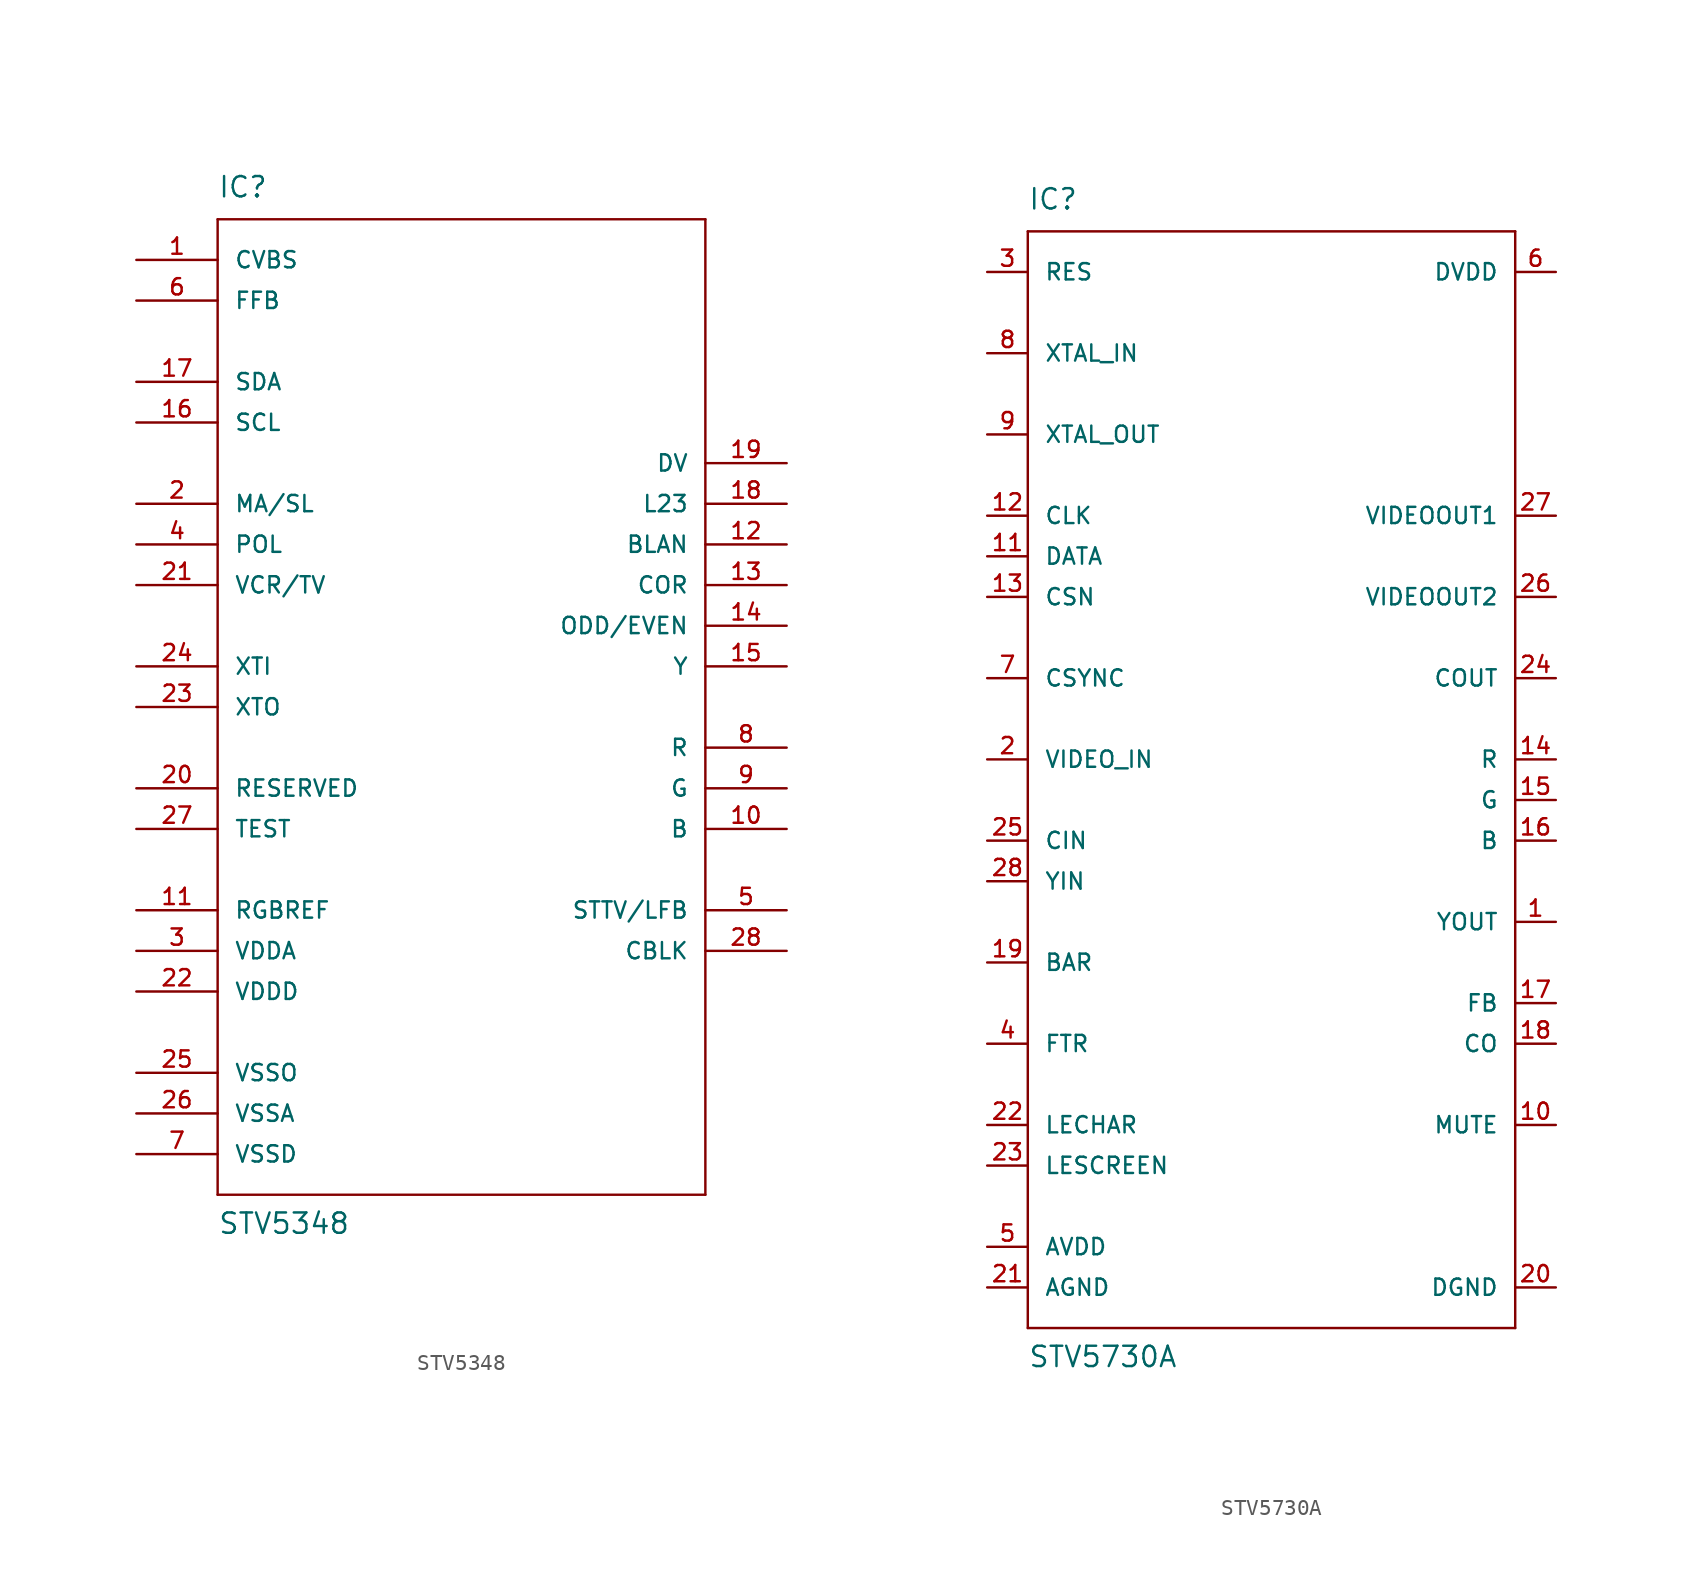
<source format=kicad_sym>
(kicad_symbol_lib
  (version 20211014)
  (generator kicad_symbol_editor)
  (symbol "STV5348"
    (pin_names
      (offset 1.016))
    (property "Reference" "IC"
      (at -15.24 31.75 0)
      (effects (font (size 1.27 1.27)) (justify left bottom)))
    (property "Value" "STV5348"
      (at -15.24 -33.02 0)
      (effects (font (size 1.27 1.27)) (justify left bottom)))
    (property "ki_locked" ""
      (at 0 0 0)
      (effects (font (size 1.27 1.27))))
    (symbol "STV5348_1_0"
      (polyline (pts (xy -15.24 -30.48) (xy -15.24 30.48)) (stroke (width 0) (type default) (color 0 0 0 0)) (fill (type none)))
      (polyline (pts (xy -15.24 30.48) (xy 15.24 30.48)) (stroke (width 0) (type default) (color 0 0 0 0)) (fill (type none)))
      (polyline (pts (xy 15.24 -30.48) (xy -15.24 -30.48)) (stroke (width 0) (type default) (color 0 0 0 0)) (fill (type none)))
      (polyline (pts (xy 15.24 30.48) (xy 15.24 -30.48)) (stroke (width 0) (type default) (color 0 0 0 0)) (fill (type none))))
    (symbol "STV5348_1_1"
      (pin input line (at -20.32 27.94 0) (length 5.08) (name "CVBS" (effects (font (size 1.016 1.016)))) (number "1" (effects (font (size 1.016 1.016)))))
      (pin output line (at 20.32 -7.62 180) (length 5.08) (name "B" (effects (font (size 1.016 1.016)))) (number "10" (effects (font (size 1.016 1.016)))))
      (pin power_in line (at -20.32 -12.7 0) (length 5.08) (name "RGBREF" (effects (font (size 1.016 1.016)))) (number "11" (effects (font (size 1.016 1.016)))))
      (pin output line (at 20.32 10.16 180) (length 5.08) (name "BLAN" (effects (font (size 1.016 1.016)))) (number "12" (effects (font (size 1.016 1.016)))))
      (pin open_collector line (at 20.32 7.62 180) (length 5.08) (name "COR" (effects (font (size 1.016 1.016)))) (number "13" (effects (font (size 1.016 1.016)))))
      (pin output line (at 20.32 5.08 180) (length 5.08) (name "ODD/EVEN" (effects (font (size 1.016 1.016)))) (number "14" (effects (font (size 1.016 1.016)))))
      (pin open_collector line (at 20.32 2.54 180) (length 5.08) (name "Y" (effects (font (size 1.016 1.016)))) (number "15" (effects (font (size 1.016 1.016)))))
      (pin input line (at -20.32 17.78 0) (length 5.08) (name "SCL" (effects (font (size 1.016 1.016)))) (number "16" (effects (font (size 1.016 1.016)))))
      (pin bidirectional line (at -20.32 20.32 0) (length 5.08) (name "SDA" (effects (font (size 1.016 1.016)))) (number "17" (effects (font (size 1.016 1.016)))))
      (pin output line (at 20.32 12.7 180) (length 5.08) (name "L23" (effects (font (size 1.016 1.016)))) (number "18" (effects (font (size 1.016 1.016)))))
      (pin output line (at 20.32 15.24 180) (length 5.08) (name "DV" (effects (font (size 1.016 1.016)))) (number "19" (effects (font (size 1.016 1.016)))))
      (pin input line (at -20.32 12.7 0) (length 5.08) (name "MA/SL" (effects (font (size 1.016 1.016)))) (number "2" (effects (font (size 1.016 1.016)))))
      (pin passive line (at -20.32 -5.08 0) (length 5.08) (name "RESERVED" (effects (font (size 1.016 1.016)))) (number "20" (effects (font (size 1.016 1.016)))))
      (pin input line (at -20.32 7.62 0) (length 5.08) (name "VCR/TV" (effects (font (size 1.016 1.016)))) (number "21" (effects (font (size 1.016 1.016)))))
      (pin power_in line (at -20.32 -17.78 0) (length 5.08) (name "VDDD" (effects (font (size 1.016 1.016)))) (number "22" (effects (font (size 1.016 1.016)))))
      (pin output line (at -20.32 0 0) (length 5.08) (name "XTO" (effects (font (size 1.016 1.016)))) (number "23" (effects (font (size 1.016 1.016)))))
      (pin input line (at -20.32 2.54 0) (length 5.08) (name "XTI" (effects (font (size 1.016 1.016)))) (number "24" (effects (font (size 1.016 1.016)))))
      (pin power_in line (at -20.32 -22.86 0) (length 5.08) (name "VSSO" (effects (font (size 1.016 1.016)))) (number "25" (effects (font (size 1.016 1.016)))))
      (pin power_in line (at -20.32 -25.4 0) (length 5.08) (name "VSSA" (effects (font (size 1.016 1.016)))) (number "26" (effects (font (size 1.016 1.016)))))
      (pin passive line (at -20.32 -7.62 0) (length 5.08) (name "TEST" (effects (font (size 1.016 1.016)))) (number "27" (effects (font (size 1.016 1.016)))))
      (pin bidirectional line (at 20.32 -15.24 180) (length 5.08) (name "CBLK" (effects (font (size 1.016 1.016)))) (number "28" (effects (font (size 1.016 1.016)))))
      (pin power_in line (at -20.32 -15.24 0) (length 5.08) (name "VDDA" (effects (font (size 1.016 1.016)))) (number "3" (effects (font (size 1.016 1.016)))))
      (pin input line (at -20.32 10.16 0) (length 5.08) (name "POL" (effects (font (size 1.016 1.016)))) (number "4" (effects (font (size 1.016 1.016)))))
      (pin bidirectional line (at 20.32 -12.7 180) (length 5.08) (name "STTV/LFB" (effects (font (size 1.016 1.016)))) (number "5" (effects (font (size 1.016 1.016)))))
      (pin input line (at -20.32 25.4 0) (length 5.08) (name "FFB" (effects (font (size 1.016 1.016)))) (number "6" (effects (font (size 1.016 1.016)))))
      (pin power_in line (at -20.32 -27.94 0) (length 5.08) (name "VSSD" (effects (font (size 1.016 1.016)))) (number "7" (effects (font (size 1.016 1.016)))))
      (pin output line (at 20.32 -2.54 180) (length 5.08) (name "R" (effects (font (size 1.016 1.016)))) (number "8" (effects (font (size 1.016 1.016)))))
      (pin output line (at 20.32 -5.08 180) (length 5.08) (name "G" (effects (font (size 1.016 1.016)))) (number "9" (effects (font (size 1.016 1.016)))))))
  (symbol "STV5730A"
    (pin_names
      (offset 1.016))
    (property "Reference" "IC"
      (at -15.24 36.83 0)
      (effects (font (size 1.27 1.27)) (justify left bottom)))
    (property "Value" "STV5730A"
      (at -15.24 -35.56 0)
      (effects (font (size 1.27 1.27)) (justify left bottom)))
    (property "ki_locked" ""
      (at 0 0 0)
      (effects (font (size 1.27 1.27))))
    (symbol "STV5730A_1_0"
      (polyline (pts (xy -15.24 -33.02) (xy -15.24 35.56)) (stroke (width 0) (type default) (color 0 0 0 0)) (fill (type none)))
      (polyline (pts (xy -15.24 35.56) (xy 15.24 35.56)) (stroke (width 0) (type default) (color 0 0 0 0)) (fill (type none)))
      (polyline (pts (xy 15.24 -33.02) (xy -15.24 -33.02)) (stroke (width 0) (type default) (color 0 0 0 0)) (fill (type none)))
      (polyline (pts (xy 15.24 35.56) (xy 15.24 -33.02)) (stroke (width 0) (type default) (color 0 0 0 0)) (fill (type none))))
    (symbol "STV5730A_1_1"
      (pin output line (at 17.78 -7.62 180) (length 2.54) (name "YOUT" (effects (font (size 1.016 1.016)))) (number "1" (effects (font (size 1.016 1.016)))))
      (pin output line (at 17.78 -20.32 180) (length 2.54) (name "MUTE" (effects (font (size 1.016 1.016)))) (number "10" (effects (font (size 1.016 1.016)))))
      (pin input line (at -17.78 15.24 0) (length 2.54) (name "DATA" (effects (font (size 1.016 1.016)))) (number "11" (effects (font (size 1.016 1.016)))))
      (pin input line (at -17.78 17.78 0) (length 2.54) (name "CLK" (effects (font (size 1.016 1.016)))) (number "12" (effects (font (size 1.016 1.016)))))
      (pin input line (at -17.78 12.7 0) (length 2.54) (name "CSN" (effects (font (size 1.016 1.016)))) (number "13" (effects (font (size 1.016 1.016)))))
      (pin output line (at 17.78 2.54 180) (length 2.54) (name "R" (effects (font (size 1.016 1.016)))) (number "14" (effects (font (size 1.016 1.016)))))
      (pin output line (at 17.78 0 180) (length 2.54) (name "G" (effects (font (size 1.016 1.016)))) (number "15" (effects (font (size 1.016 1.016)))))
      (pin output line (at 17.78 -2.54 180) (length 2.54) (name "B" (effects (font (size 1.016 1.016)))) (number "16" (effects (font (size 1.016 1.016)))))
      (pin output line (at 17.78 -12.7 180) (length 2.54) (name "FB" (effects (font (size 1.016 1.016)))) (number "17" (effects (font (size 1.016 1.016)))))
      (pin output line (at 17.78 -15.24 180) (length 2.54) (name "CO" (effects (font (size 1.016 1.016)))) (number "18" (effects (font (size 1.016 1.016)))))
      (pin input line (at -17.78 -10.16 0) (length 2.54) (name "BAR" (effects (font (size 1.016 1.016)))) (number "19" (effects (font (size 1.016 1.016)))))
      (pin input line (at -17.78 2.54 0) (length 2.54) (name "VIDEO_IN" (effects (font (size 1.016 1.016)))) (number "2" (effects (font (size 1.016 1.016)))))
      (pin power_in line (at 17.78 -30.48 180) (length 2.54) (name "DGND" (effects (font (size 1.016 1.016)))) (number "20" (effects (font (size 1.016 1.016)))))
      (pin power_in line (at -17.78 -30.48 0) (length 2.54) (name "AGND" (effects (font (size 1.016 1.016)))) (number "21" (effects (font (size 1.016 1.016)))))
      (pin input line (at -17.78 -20.32 0) (length 2.54) (name "LECHAR" (effects (font (size 1.016 1.016)))) (number "22" (effects (font (size 1.016 1.016)))))
      (pin input line (at -17.78 -22.86 0) (length 2.54) (name "LESCREEN" (effects (font (size 1.016 1.016)))) (number "23" (effects (font (size 1.016 1.016)))))
      (pin output line (at 17.78 7.62 180) (length 2.54) (name "COUT" (effects (font (size 1.016 1.016)))) (number "24" (effects (font (size 1.016 1.016)))))
      (pin input line (at -17.78 -2.54 0) (length 2.54) (name "CIN" (effects (font (size 1.016 1.016)))) (number "25" (effects (font (size 1.016 1.016)))))
      (pin output line (at 17.78 12.7 180) (length 2.54) (name "VIDEOOUT2" (effects (font (size 1.016 1.016)))) (number "26" (effects (font (size 1.016 1.016)))))
      (pin output line (at 17.78 17.78 180) (length 2.54) (name "VIDEOOUT1" (effects (font (size 1.016 1.016)))) (number "27" (effects (font (size 1.016 1.016)))))
      (pin input line (at -17.78 -5.08 0) (length 2.54) (name "YIN" (effects (font (size 1.016 1.016)))) (number "28" (effects (font (size 1.016 1.016)))))
      (pin input line (at -17.78 33.02 0) (length 2.54) (name "RES" (effects (font (size 1.016 1.016)))) (number "3" (effects (font (size 1.016 1.016)))))
      (pin input line (at -17.78 -15.24 0) (length 2.54) (name "FTR" (effects (font (size 1.016 1.016)))) (number "4" (effects (font (size 1.016 1.016)))))
      (pin power_in line (at -17.78 -27.94 0) (length 2.54) (name "AVDD" (effects (font (size 1.016 1.016)))) (number "5" (effects (font (size 1.016 1.016)))))
      (pin power_in line (at 17.78 33.02 180) (length 2.54) (name "DVDD" (effects (font (size 1.016 1.016)))) (number "6" (effects (font (size 1.016 1.016)))))
      (pin bidirectional line (at -17.78 7.62 0) (length 2.54) (name "CSYNC" (effects (font (size 1.016 1.016)))) (number "7" (effects (font (size 1.016 1.016)))))
      (pin input line (at -17.78 27.94 0) (length 2.54) (name "XTAL_IN" (effects (font (size 1.016 1.016)))) (number "8" (effects (font (size 1.016 1.016)))))
      (pin output line (at -17.78 22.86 0) (length 2.54) (name "XTAL_OUT" (effects (font (size 1.016 1.016)))) (number "9" (effects (font (size 1.016 1.016))))))))
</source>
